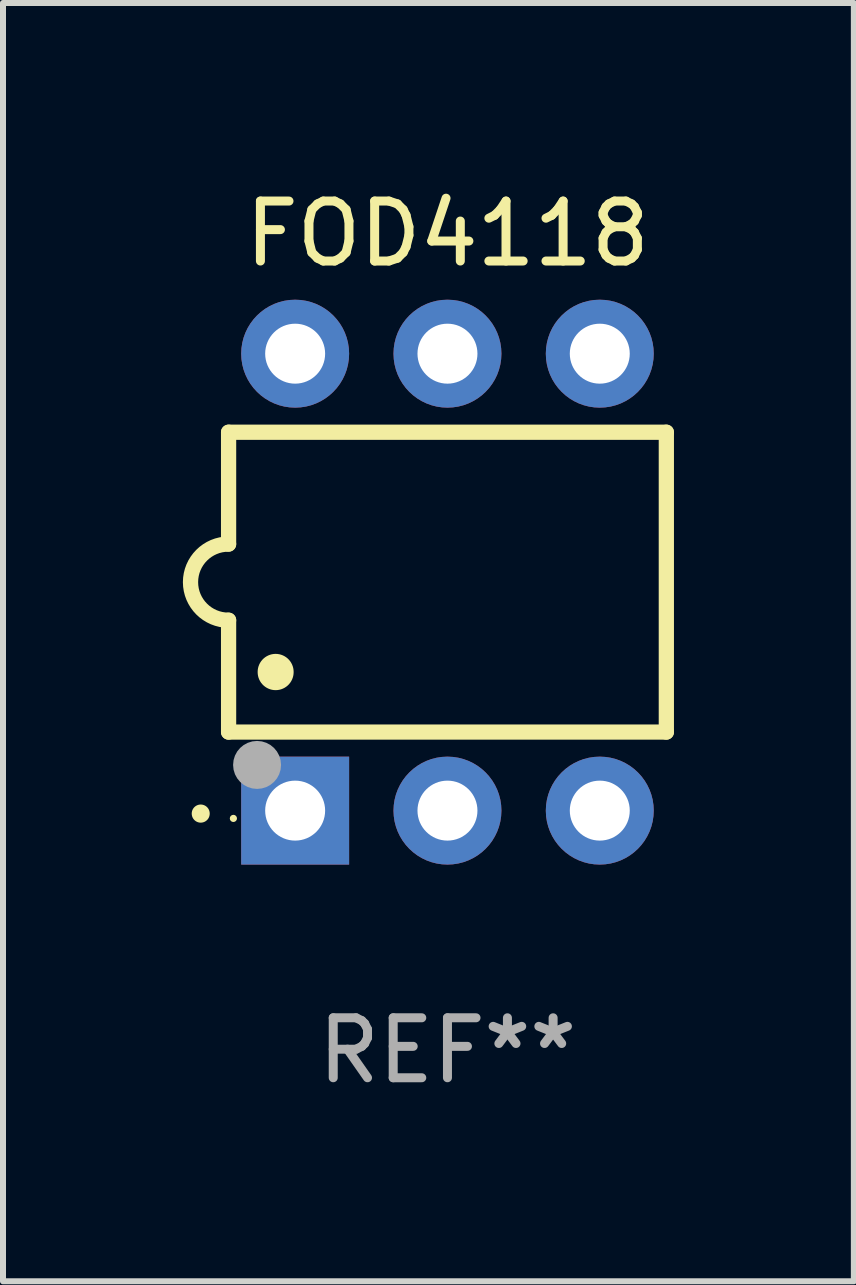
<source format=kicad_pcb>
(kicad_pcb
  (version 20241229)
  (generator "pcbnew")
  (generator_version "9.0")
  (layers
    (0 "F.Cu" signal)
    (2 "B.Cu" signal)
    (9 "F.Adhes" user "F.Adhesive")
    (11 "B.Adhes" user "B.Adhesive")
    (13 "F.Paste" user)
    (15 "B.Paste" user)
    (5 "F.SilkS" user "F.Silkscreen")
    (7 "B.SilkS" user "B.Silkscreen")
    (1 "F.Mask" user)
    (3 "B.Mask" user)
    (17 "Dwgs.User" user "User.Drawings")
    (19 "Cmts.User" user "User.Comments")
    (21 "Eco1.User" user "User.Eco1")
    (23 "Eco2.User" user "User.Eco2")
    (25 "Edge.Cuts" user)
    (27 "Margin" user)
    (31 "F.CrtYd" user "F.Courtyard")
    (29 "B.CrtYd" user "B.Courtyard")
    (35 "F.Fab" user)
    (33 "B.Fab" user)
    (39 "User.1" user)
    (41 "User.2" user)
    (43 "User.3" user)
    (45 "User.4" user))
  (footprint "FOD4118"
    (layer "F.Cu")
    (at 4.412 6.658)
    (property "Reference" "FOD4118" (at 0 -5.81 0) (layer "F.SilkS") (effects (font (size 1 1) (thickness 0.15))))
    (attr through_hole)
    (fp_line (start -3.65 -2.5) (end 3.65 -2.5) (stroke (width 0.254) (type solid)) (layer "F.SilkS"))
    (fp_line (start -3.65 -0.635) (end -3.65 -2.5) (stroke (width 0.254) (type solid)) (layer "F.SilkS"))
    (fp_line (start -3.65 0.635) (end -3.65 2.5) (stroke (width 0.254) (type solid)) (layer "F.SilkS"))
    (fp_line (start -3.65 2.5) (end 3.65 2.5) (stroke (width 0.254) (type solid)) (layer "F.SilkS"))
    (fp_line (start 3.65 -2.5) (end 3.65 2.5) (stroke (width 0.254) (type solid)) (layer "F.SilkS"))
    (fp_arc (start -4.114808 3.860808) (mid -4.114813 3.859538) (end -4.114808 3.858268) (stroke (width 0.3) (type solid)) (layer "F.SilkS"))
    (fp_arc (start -3.650013 0.635001) (mid -4.285014 0) (end -3.650013 -0.635001) (stroke (width 0.254001) (type solid)) (layer "F.SilkS"))
    (fp_arc (start -2.865405 1.501143) (mid -2.865416 1.498603) (end -2.865405 1.496063) (stroke (width 0.6) (type solid)) (layer "F.SilkS"))
    (fp_circle (center -3.57 3.94) (end -3.54 3.94) (stroke (width 0.06) (type solid)) (fill no) (layer "F.SilkS"))
    (fp_circle (center -3.175 3.048) (end -2.975 3.048) (stroke (width 0.4) (type solid)) (fill no) (layer "F.Fab"))
    (fp_text user "REF**" (at 0 7.81 0) (layer "F.Fab") (effects (font (size 1 1) (thickness 0.15))))
    (pad "1" thru_hole rect (at -2.54 3.81 90) (size 1.8 1.8) (drill 1) (layers "*.Cu" "*.Mask"))
    (pad "2" thru_hole circle (at 0 3.81) (size 1.8 1.8) (drill 1) (layers "*.Cu" "*.Mask"))
    (pad "3" thru_hole circle (at 2.54 3.81) (size 1.8 1.8) (drill 1) (layers "*.Cu" "*.Mask"))
    (pad "4" thru_hole circle (at 2.54 -3.81) (size 1.8 1.8) (drill 1) (layers "*.Cu" "*.Mask"))
    (pad "5" thru_hole circle (at 0 -3.81) (size 1.8 1.8) (drill 1) (layers "*.Cu" "*.Mask"))
    (pad "6" thru_hole circle (at -2.54 -3.81) (size 1.8 1.8) (drill 1) (layers "*.Cu" "*.Mask")))
  (gr_rect
    (start -3 -3)
    (end 11.189 18.317)
    (stroke (width 0.1) (type default))
    (fill no)
    (layer "Edge.Cuts")))
</source>
